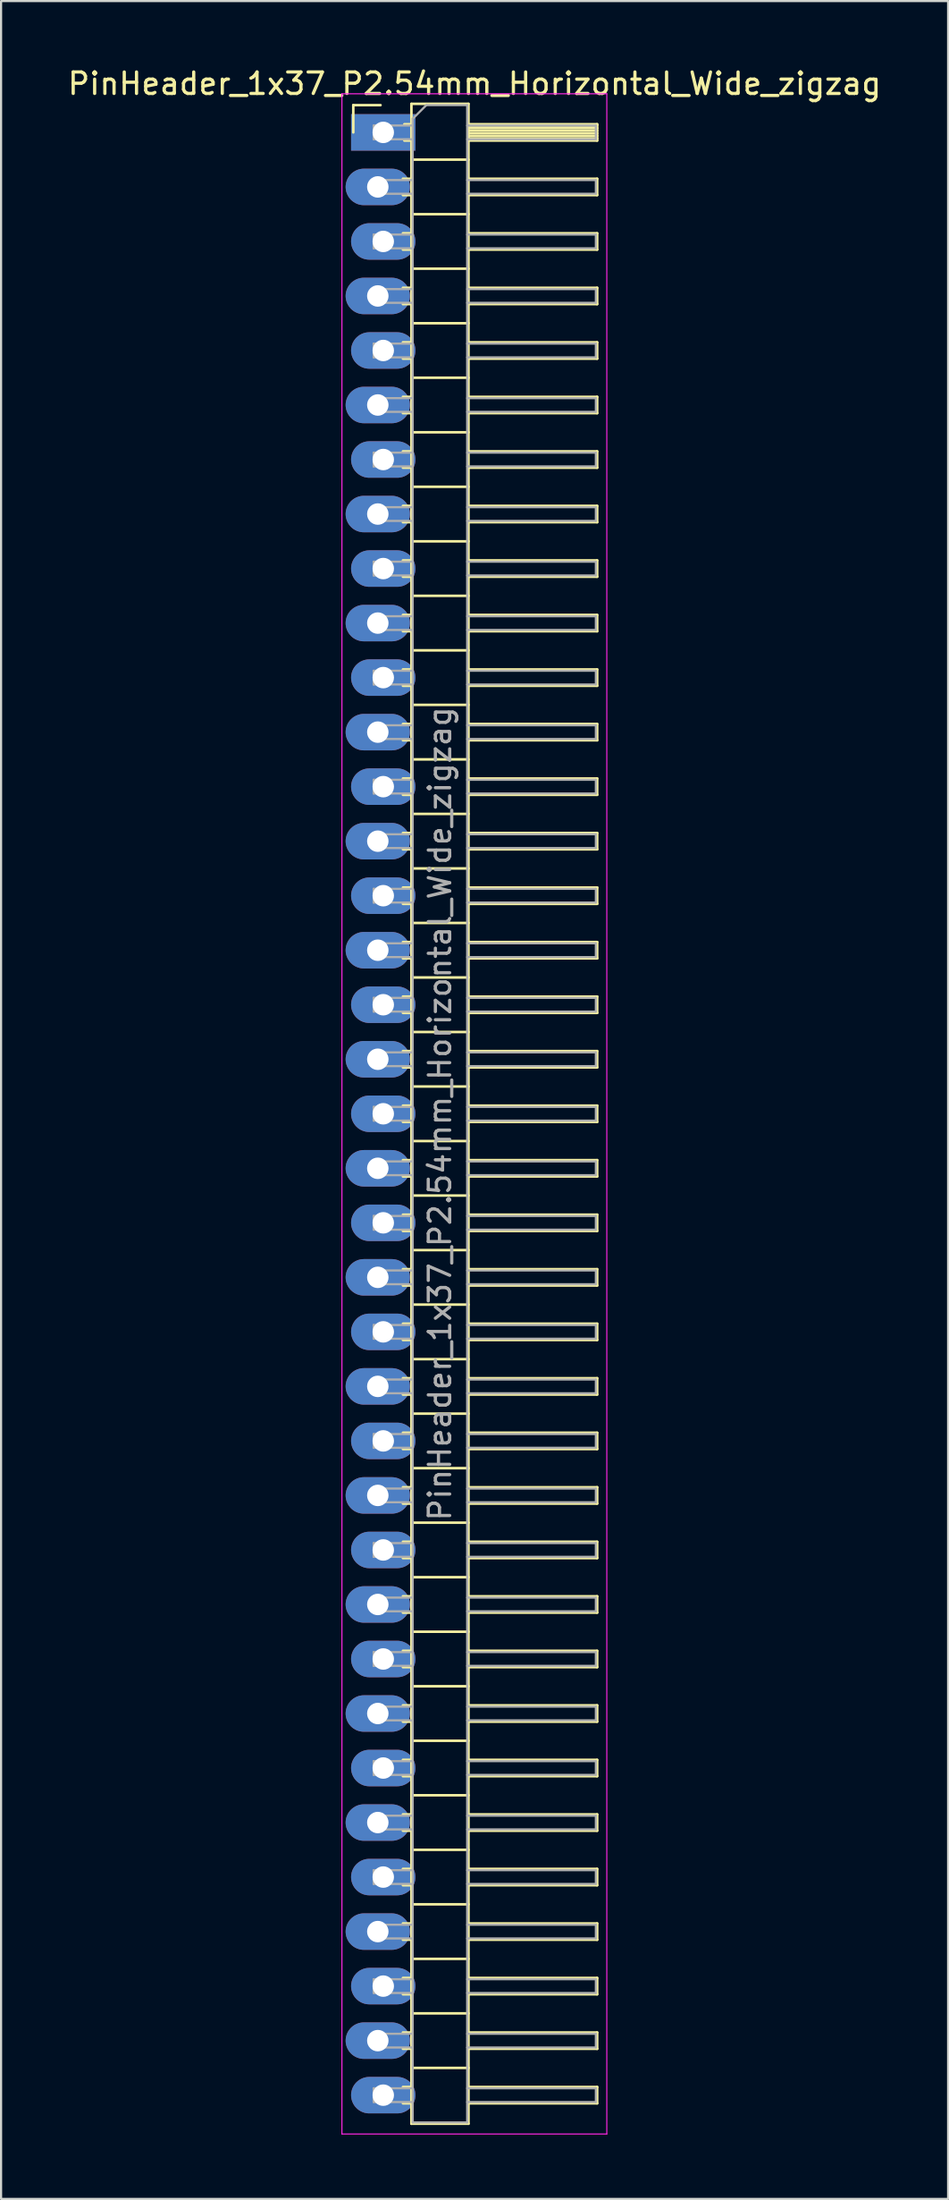
<source format=kicad_pcb>
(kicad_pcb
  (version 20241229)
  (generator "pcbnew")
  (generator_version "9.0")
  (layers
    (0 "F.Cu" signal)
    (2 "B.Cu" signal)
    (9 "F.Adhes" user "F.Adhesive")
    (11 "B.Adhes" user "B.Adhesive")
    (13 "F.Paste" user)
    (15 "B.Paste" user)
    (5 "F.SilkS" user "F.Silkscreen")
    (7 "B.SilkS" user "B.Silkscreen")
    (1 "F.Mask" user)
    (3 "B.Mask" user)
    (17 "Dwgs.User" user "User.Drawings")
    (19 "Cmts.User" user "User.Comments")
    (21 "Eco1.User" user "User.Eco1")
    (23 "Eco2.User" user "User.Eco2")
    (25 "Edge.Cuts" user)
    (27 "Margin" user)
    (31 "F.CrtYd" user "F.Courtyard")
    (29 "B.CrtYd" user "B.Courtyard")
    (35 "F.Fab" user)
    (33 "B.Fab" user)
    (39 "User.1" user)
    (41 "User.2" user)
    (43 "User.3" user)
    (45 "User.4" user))
  (footprint "PinHeader_1x37_P2.54mm_Horizontal_Wide_zigzag"
    (layer "F.Cu")
    (at 14.692 3.118)
    (property "Reference" "PinHeader_1x37_P2.54mm_Horizontal_Wide_zigzag" (at 4.385 -2.27 0) (layer "F.SilkS") (effects (font (size 1 1) (thickness 0.15))))
    (attr through_hole)
    (fp_line (start -1.27 -1.27) (end 0 -1.27) (stroke (width 0.12) (type solid)) (layer "F.SilkS"))
    (fp_line (start -1.27 0) (end -1.27 -1.27) (stroke (width 0.12) (type solid)) (layer "F.SilkS"))
    (fp_line (start 1.043 2.16) (end 1.44 2.16) (stroke (width 0.12) (type solid)) (layer "F.SilkS"))
    (fp_line (start 1.043 2.92) (end 1.44 2.92) (stroke (width 0.12) (type solid)) (layer "F.SilkS"))
    (fp_line (start 1.043 4.7) (end 1.44 4.7) (stroke (width 0.12) (type solid)) (layer "F.SilkS"))
    (fp_line (start 1.043 5.46) (end 1.44 5.46) (stroke (width 0.12) (type solid)) (layer "F.SilkS"))
    (fp_line (start 1.043 7.24) (end 1.44 7.24) (stroke (width 0.12) (type solid)) (layer "F.SilkS"))
    (fp_line (start 1.043 8) (end 1.44 8) (stroke (width 0.12) (type solid)) (layer "F.SilkS"))
    (fp_line (start 1.043 9.78) (end 1.44 9.78) (stroke (width 0.12) (type solid)) (layer "F.SilkS"))
    (fp_line (start 1.043 10.54) (end 1.44 10.54) (stroke (width 0.12) (type solid)) (layer "F.SilkS"))
    (fp_line (start 1.043 12.32) (end 1.44 12.32) (stroke (width 0.12) (type solid)) (layer "F.SilkS"))
    (fp_line (start 1.043 13.08) (end 1.44 13.08) (stroke (width 0.12) (type solid)) (layer "F.SilkS"))
    (fp_line (start 1.043 14.86) (end 1.44 14.86) (stroke (width 0.12) (type solid)) (layer "F.SilkS"))
    (fp_line (start 1.043 15.62) (end 1.44 15.62) (stroke (width 0.12) (type solid)) (layer "F.SilkS"))
    (fp_line (start 1.043 17.4) (end 1.44 17.4) (stroke (width 0.12) (type solid)) (layer "F.SilkS"))
    (fp_line (start 1.043 18.16) (end 1.44 18.16) (stroke (width 0.12) (type solid)) (layer "F.SilkS"))
    (fp_line (start 1.043 19.94) (end 1.44 19.94) (stroke (width 0.12) (type solid)) (layer "F.SilkS"))
    (fp_line (start 1.043 20.7) (end 1.44 20.7) (stroke (width 0.12) (type solid)) (layer "F.SilkS"))
    (fp_line (start 1.043 22.48) (end 1.44 22.48) (stroke (width 0.12) (type solid)) (layer "F.SilkS"))
    (fp_line (start 1.043 23.24) (end 1.44 23.24) (stroke (width 0.12) (type solid)) (layer "F.SilkS"))
    (fp_line (start 1.043 25.02) (end 1.44 25.02) (stroke (width 0.12) (type solid)) (layer "F.SilkS"))
    (fp_line (start 1.043 25.78) (end 1.44 25.78) (stroke (width 0.12) (type solid)) (layer "F.SilkS"))
    (fp_line (start 1.043 27.56) (end 1.44 27.56) (stroke (width 0.12) (type solid)) (layer "F.SilkS"))
    (fp_line (start 1.043 28.32) (end 1.44 28.32) (stroke (width 0.12) (type solid)) (layer "F.SilkS"))
    (fp_line (start 1.043 30.1) (end 1.44 30.1) (stroke (width 0.12) (type solid)) (layer "F.SilkS"))
    (fp_line (start 1.043 30.86) (end 1.44 30.86) (stroke (width 0.12) (type solid)) (layer "F.SilkS"))
    (fp_line (start 1.043 32.64) (end 1.44 32.64) (stroke (width 0.12) (type solid)) (layer "F.SilkS"))
    (fp_line (start 1.043 33.4) (end 1.44 33.4) (stroke (width 0.12) (type solid)) (layer "F.SilkS"))
    (fp_line (start 1.043 35.18) (end 1.44 35.18) (stroke (width 0.12) (type solid)) (layer "F.SilkS"))
    (fp_line (start 1.043 35.94) (end 1.44 35.94) (stroke (width 0.12) (type solid)) (layer "F.SilkS"))
    (fp_line (start 1.043 37.72) (end 1.44 37.72) (stroke (width 0.12) (type solid)) (layer "F.SilkS"))
    (fp_line (start 1.043 38.48) (end 1.44 38.48) (stroke (width 0.12) (type solid)) (layer "F.SilkS"))
    (fp_line (start 1.043 40.26) (end 1.44 40.26) (stroke (width 0.12) (type solid)) (layer "F.SilkS"))
    (fp_line (start 1.043 41.02) (end 1.44 41.02) (stroke (width 0.12) (type solid)) (layer "F.SilkS"))
    (fp_line (start 1.043 42.8) (end 1.44 42.8) (stroke (width 0.12) (type solid)) (layer "F.SilkS"))
    (fp_line (start 1.043 43.56) (end 1.44 43.56) (stroke (width 0.12) (type solid)) (layer "F.SilkS"))
    (fp_line (start 1.043 45.34) (end 1.44 45.34) (stroke (width 0.12) (type solid)) (layer "F.SilkS"))
    (fp_line (start 1.043 46.1) (end 1.44 46.1) (stroke (width 0.12) (type solid)) (layer "F.SilkS"))
    (fp_line (start 1.043 47.88) (end 1.44 47.88) (stroke (width 0.12) (type solid)) (layer "F.SilkS"))
    (fp_line (start 1.043 48.64) (end 1.44 48.64) (stroke (width 0.12) (type solid)) (layer "F.SilkS"))
    (fp_line (start 1.043 50.42) (end 1.44 50.42) (stroke (width 0.12) (type solid)) (layer "F.SilkS"))
    (fp_line (start 1.043 51.18) (end 1.44 51.18) (stroke (width 0.12) (type solid)) (layer "F.SilkS"))
    (fp_line (start 1.043 52.96) (end 1.44 52.96) (stroke (width 0.12) (type solid)) (layer "F.SilkS"))
    (fp_line (start 1.043 53.72) (end 1.44 53.72) (stroke (width 0.12) (type solid)) (layer "F.SilkS"))
    (fp_line (start 1.043 55.5) (end 1.44 55.5) (stroke (width 0.12) (type solid)) (layer "F.SilkS"))
    (fp_line (start 1.043 56.26) (end 1.44 56.26) (stroke (width 0.12) (type solid)) (layer "F.SilkS"))
    (fp_line (start 1.043 58.04) (end 1.44 58.04) (stroke (width 0.12) (type solid)) (layer "F.SilkS"))
    (fp_line (start 1.043 58.8) (end 1.44 58.8) (stroke (width 0.12) (type solid)) (layer "F.SilkS"))
    (fp_line (start 1.043 60.58) (end 1.44 60.58) (stroke (width 0.12) (type solid)) (layer "F.SilkS"))
    (fp_line (start 1.043 61.34) (end 1.44 61.34) (stroke (width 0.12) (type solid)) (layer "F.SilkS"))
    (fp_line (start 1.043 63.12) (end 1.44 63.12) (stroke (width 0.12) (type solid)) (layer "F.SilkS"))
    (fp_line (start 1.043 63.88) (end 1.44 63.88) (stroke (width 0.12) (type solid)) (layer "F.SilkS"))
    (fp_line (start 1.043 65.66) (end 1.44 65.66) (stroke (width 0.12) (type solid)) (layer "F.SilkS"))
    (fp_line (start 1.043 66.42) (end 1.44 66.42) (stroke (width 0.12) (type solid)) (layer "F.SilkS"))
    (fp_line (start 1.043 68.2) (end 1.44 68.2) (stroke (width 0.12) (type solid)) (layer "F.SilkS"))
    (fp_line (start 1.043 68.96) (end 1.44 68.96) (stroke (width 0.12) (type solid)) (layer "F.SilkS"))
    (fp_line (start 1.043 70.74) (end 1.44 70.74) (stroke (width 0.12) (type solid)) (layer "F.SilkS"))
    (fp_line (start 1.043 71.5) (end 1.44 71.5) (stroke (width 0.12) (type solid)) (layer "F.SilkS"))
    (fp_line (start 1.043 73.28) (end 1.44 73.28) (stroke (width 0.12) (type solid)) (layer "F.SilkS"))
    (fp_line (start 1.043 74.04) (end 1.44 74.04) (stroke (width 0.12) (type solid)) (layer "F.SilkS"))
    (fp_line (start 1.043 75.82) (end 1.44 75.82) (stroke (width 0.12) (type solid)) (layer "F.SilkS"))
    (fp_line (start 1.043 76.58) (end 1.44 76.58) (stroke (width 0.12) (type solid)) (layer "F.SilkS"))
    (fp_line (start 1.043 78.36) (end 1.44 78.36) (stroke (width 0.12) (type solid)) (layer "F.SilkS"))
    (fp_line (start 1.043 79.12) (end 1.44 79.12) (stroke (width 0.12) (type solid)) (layer "F.SilkS"))
    (fp_line (start 1.043 80.9) (end 1.44 80.9) (stroke (width 0.12) (type solid)) (layer "F.SilkS"))
    (fp_line (start 1.043 81.66) (end 1.44 81.66) (stroke (width 0.12) (type solid)) (layer "F.SilkS"))
    (fp_line (start 1.043 83.44) (end 1.44 83.44) (stroke (width 0.12) (type solid)) (layer "F.SilkS"))
    (fp_line (start 1.043 84.2) (end 1.44 84.2) (stroke (width 0.12) (type solid)) (layer "F.SilkS"))
    (fp_line (start 1.043 85.98) (end 1.44 85.98) (stroke (width 0.12) (type solid)) (layer "F.SilkS"))
    (fp_line (start 1.043 86.74) (end 1.44 86.74) (stroke (width 0.12) (type solid)) (layer "F.SilkS"))
    (fp_line (start 1.043 88.52) (end 1.44 88.52) (stroke (width 0.12) (type solid)) (layer "F.SilkS"))
    (fp_line (start 1.043 89.28) (end 1.44 89.28) (stroke (width 0.12) (type solid)) (layer "F.SilkS"))
    (fp_line (start 1.043 91.06) (end 1.44 91.06) (stroke (width 0.12) (type solid)) (layer "F.SilkS"))
    (fp_line (start 1.043 91.82) (end 1.44 91.82) (stroke (width 0.12) (type solid)) (layer "F.SilkS"))
    (fp_line (start 1.11 -0.38) (end 1.44 -0.38) (stroke (width 0.12) (type solid)) (layer "F.SilkS"))
    (fp_line (start 1.11 0.38) (end 1.44 0.38) (stroke (width 0.12) (type solid)) (layer "F.SilkS"))
    (fp_line (start 1.44 -1.33) (end 1.44 92.77) (stroke (width 0.12) (type solid)) (layer "F.SilkS"))
    (fp_line (start 1.44 1.27) (end 4.1 1.27) (stroke (width 0.12) (type solid)) (layer "F.SilkS"))
    (fp_line (start 1.44 3.81) (end 4.1 3.81) (stroke (width 0.12) (type solid)) (layer "F.SilkS"))
    (fp_line (start 1.44 6.35) (end 4.1 6.35) (stroke (width 0.12) (type solid)) (layer "F.SilkS"))
    (fp_line (start 1.44 8.89) (end 4.1 8.89) (stroke (width 0.12) (type solid)) (layer "F.SilkS"))
    (fp_line (start 1.44 11.43) (end 4.1 11.43) (stroke (width 0.12) (type solid)) (layer "F.SilkS"))
    (fp_line (start 1.44 13.97) (end 4.1 13.97) (stroke (width 0.12) (type solid)) (layer "F.SilkS"))
    (fp_line (start 1.44 16.51) (end 4.1 16.51) (stroke (width 0.12) (type solid)) (layer "F.SilkS"))
    (fp_line (start 1.44 19.05) (end 4.1 19.05) (stroke (width 0.12) (type solid)) (layer "F.SilkS"))
    (fp_line (start 1.44 21.59) (end 4.1 21.59) (stroke (width 0.12) (type solid)) (layer "F.SilkS"))
    (fp_line (start 1.44 24.13) (end 4.1 24.13) (stroke (width 0.12) (type solid)) (layer "F.SilkS"))
    (fp_line (start 1.44 26.67) (end 4.1 26.67) (stroke (width 0.12) (type solid)) (layer "F.SilkS"))
    (fp_line (start 1.44 29.21) (end 4.1 29.21) (stroke (width 0.12) (type solid)) (layer "F.SilkS"))
    (fp_line (start 1.44 31.75) (end 4.1 31.75) (stroke (width 0.12) (type solid)) (layer "F.SilkS"))
    (fp_line (start 1.44 34.29) (end 4.1 34.29) (stroke (width 0.12) (type solid)) (layer "F.SilkS"))
    (fp_line (start 1.44 36.83) (end 4.1 36.83) (stroke (width 0.12) (type solid)) (layer "F.SilkS"))
    (fp_line (start 1.44 39.37) (end 4.1 39.37) (stroke (width 0.12) (type solid)) (layer "F.SilkS"))
    (fp_line (start 1.44 41.91) (end 4.1 41.91) (stroke (width 0.12) (type solid)) (layer "F.SilkS"))
    (fp_line (start 1.44 44.45) (end 4.1 44.45) (stroke (width 0.12) (type solid)) (layer "F.SilkS"))
    (fp_line (start 1.44 46.99) (end 4.1 46.99) (stroke (width 0.12) (type solid)) (layer "F.SilkS"))
    (fp_line (start 1.44 49.53) (end 4.1 49.53) (stroke (width 0.12) (type solid)) (layer "F.SilkS"))
    (fp_line (start 1.44 52.07) (end 4.1 52.07) (stroke (width 0.12) (type solid)) (layer "F.SilkS"))
    (fp_line (start 1.44 54.61) (end 4.1 54.61) (stroke (width 0.12) (type solid)) (layer "F.SilkS"))
    (fp_line (start 1.44 57.15) (end 4.1 57.15) (stroke (width 0.12) (type solid)) (layer "F.SilkS"))
    (fp_line (start 1.44 59.69) (end 4.1 59.69) (stroke (width 0.12) (type solid)) (layer "F.SilkS"))
    (fp_line (start 1.44 62.23) (end 4.1 62.23) (stroke (width 0.12) (type solid)) (layer "F.SilkS"))
    (fp_line (start 1.44 64.77) (end 4.1 64.77) (stroke (width 0.12) (type solid)) (layer "F.SilkS"))
    (fp_line (start 1.44 67.31) (end 4.1 67.31) (stroke (width 0.12) (type solid)) (layer "F.SilkS"))
    (fp_line (start 1.44 69.85) (end 4.1 69.85) (stroke (width 0.12) (type solid)) (layer "F.SilkS"))
    (fp_line (start 1.44 72.39) (end 4.1 72.39) (stroke (width 0.12) (type solid)) (layer "F.SilkS"))
    (fp_line (start 1.44 74.93) (end 4.1 74.93) (stroke (width 0.12) (type solid)) (layer "F.SilkS"))
    (fp_line (start 1.44 77.47) (end 4.1 77.47) (stroke (width 0.12) (type solid)) (layer "F.SilkS"))
    (fp_line (start 1.44 80.01) (end 4.1 80.01) (stroke (width 0.12) (type solid)) (layer "F.SilkS"))
    (fp_line (start 1.44 82.55) (end 4.1 82.55) (stroke (width 0.12) (type solid)) (layer "F.SilkS"))
    (fp_line (start 1.44 85.09) (end 4.1 85.09) (stroke (width 0.12) (type solid)) (layer "F.SilkS"))
    (fp_line (start 1.44 87.63) (end 4.1 87.63) (stroke (width 0.12) (type solid)) (layer "F.SilkS"))
    (fp_line (start 1.44 90.17) (end 4.1 90.17) (stroke (width 0.12) (type solid)) (layer "F.SilkS"))
    (fp_line (start 1.44 92.77) (end 4.1 92.77) (stroke (width 0.12) (type solid)) (layer "F.SilkS"))
    (fp_line (start 4.1 -1.33) (end 1.44 -1.33) (stroke (width 0.12) (type solid)) (layer "F.SilkS"))
    (fp_line (start 4.1 -0.38) (end 10.1 -0.38) (stroke (width 0.12) (type solid)) (layer "F.SilkS"))
    (fp_line (start 4.1 -0.32) (end 10.1 -0.32) (stroke (width 0.12) (type solid)) (layer "F.SilkS"))
    (fp_line (start 4.1 -0.2) (end 10.1 -0.2) (stroke (width 0.12) (type solid)) (layer "F.SilkS"))
    (fp_line (start 4.1 -0.08) (end 10.1 -0.08) (stroke (width 0.12) (type solid)) (layer "F.SilkS"))
    (fp_line (start 4.1 0.04) (end 10.1 0.04) (stroke (width 0.12) (type solid)) (layer "F.SilkS"))
    (fp_line (start 4.1 0.16) (end 10.1 0.16) (stroke (width 0.12) (type solid)) (layer "F.SilkS"))
    (fp_line (start 4.1 0.28) (end 10.1 0.28) (stroke (width 0.12) (type solid)) (layer "F.SilkS"))
    (fp_line (start 4.1 2.16) (end 10.1 2.16) (stroke (width 0.12) (type solid)) (layer "F.SilkS"))
    (fp_line (start 4.1 4.7) (end 10.1 4.7) (stroke (width 0.12) (type solid)) (layer "F.SilkS"))
    (fp_line (start 4.1 7.24) (end 10.1 7.24) (stroke (width 0.12) (type solid)) (layer "F.SilkS"))
    (fp_line (start 4.1 9.78) (end 10.1 9.78) (stroke (width 0.12) (type solid)) (layer "F.SilkS"))
    (fp_line (start 4.1 12.32) (end 10.1 12.32) (stroke (width 0.12) (type solid)) (layer "F.SilkS"))
    (fp_line (start 4.1 14.86) (end 10.1 14.86) (stroke (width 0.12) (type solid)) (layer "F.SilkS"))
    (fp_line (start 4.1 17.4) (end 10.1 17.4) (stroke (width 0.12) (type solid)) (layer "F.SilkS"))
    (fp_line (start 4.1 19.94) (end 10.1 19.94) (stroke (width 0.12) (type solid)) (layer "F.SilkS"))
    (fp_line (start 4.1 22.48) (end 10.1 22.48) (stroke (width 0.12) (type solid)) (layer "F.SilkS"))
    (fp_line (start 4.1 25.02) (end 10.1 25.02) (stroke (width 0.12) (type solid)) (layer "F.SilkS"))
    (fp_line (start 4.1 27.56) (end 10.1 27.56) (stroke (width 0.12) (type solid)) (layer "F.SilkS"))
    (fp_line (start 4.1 30.1) (end 10.1 30.1) (stroke (width 0.12) (type solid)) (layer "F.SilkS"))
    (fp_line (start 4.1 32.64) (end 10.1 32.64) (stroke (width 0.12) (type solid)) (layer "F.SilkS"))
    (fp_line (start 4.1 35.18) (end 10.1 35.18) (stroke (width 0.12) (type solid)) (layer "F.SilkS"))
    (fp_line (start 4.1 37.72) (end 10.1 37.72) (stroke (width 0.12) (type solid)) (layer "F.SilkS"))
    (fp_line (start 4.1 40.26) (end 10.1 40.26) (stroke (width 0.12) (type solid)) (layer "F.SilkS"))
    (fp_line (start 4.1 42.8) (end 10.1 42.8) (stroke (width 0.12) (type solid)) (layer "F.SilkS"))
    (fp_line (start 4.1 45.34) (end 10.1 45.34) (stroke (width 0.12) (type solid)) (layer "F.SilkS"))
    (fp_line (start 4.1 47.88) (end 10.1 47.88) (stroke (width 0.12) (type solid)) (layer "F.SilkS"))
    (fp_line (start 4.1 50.42) (end 10.1 50.42) (stroke (width 0.12) (type solid)) (layer "F.SilkS"))
    (fp_line (start 4.1 52.96) (end 10.1 52.96) (stroke (width 0.12) (type solid)) (layer "F.SilkS"))
    (fp_line (start 4.1 55.5) (end 10.1 55.5) (stroke (width 0.12) (type solid)) (layer "F.SilkS"))
    (fp_line (start 4.1 58.04) (end 10.1 58.04) (stroke (width 0.12) (type solid)) (layer "F.SilkS"))
    (fp_line (start 4.1 60.58) (end 10.1 60.58) (stroke (width 0.12) (type solid)) (layer "F.SilkS"))
    (fp_line (start 4.1 63.12) (end 10.1 63.12) (stroke (width 0.12) (type solid)) (layer "F.SilkS"))
    (fp_line (start 4.1 65.66) (end 10.1 65.66) (stroke (width 0.12) (type solid)) (layer "F.SilkS"))
    (fp_line (start 4.1 68.2) (end 10.1 68.2) (stroke (width 0.12) (type solid)) (layer "F.SilkS"))
    (fp_line (start 4.1 70.74) (end 10.1 70.74) (stroke (width 0.12) (type solid)) (layer "F.SilkS"))
    (fp_line (start 4.1 73.28) (end 10.1 73.28) (stroke (width 0.12) (type solid)) (layer "F.SilkS"))
    (fp_line (start 4.1 75.82) (end 10.1 75.82) (stroke (width 0.12) (type solid)) (layer "F.SilkS"))
    (fp_line (start 4.1 78.36) (end 10.1 78.36) (stroke (width 0.12) (type solid)) (layer "F.SilkS"))
    (fp_line (start 4.1 80.9) (end 10.1 80.9) (stroke (width 0.12) (type solid)) (layer "F.SilkS"))
    (fp_line (start 4.1 83.44) (end 10.1 83.44) (stroke (width 0.12) (type solid)) (layer "F.SilkS"))
    (fp_line (start 4.1 85.98) (end 10.1 85.98) (stroke (width 0.12) (type solid)) (layer "F.SilkS"))
    (fp_line (start 4.1 88.52) (end 10.1 88.52) (stroke (width 0.12) (type solid)) (layer "F.SilkS"))
    (fp_line (start 4.1 91.06) (end 10.1 91.06) (stroke (width 0.12) (type solid)) (layer "F.SilkS"))
    (fp_line (start 4.1 92.77) (end 4.1 -1.33) (stroke (width 0.12) (type solid)) (layer "F.SilkS"))
    (fp_line (start 10.1 -0.38) (end 10.1 0.38) (stroke (width 0.12) (type solid)) (layer "F.SilkS"))
    (fp_line (start 10.1 0.38) (end 4.1 0.38) (stroke (width 0.12) (type solid)) (layer "F.SilkS"))
    (fp_line (start 10.1 2.16) (end 10.1 2.92) (stroke (width 0.12) (type solid)) (layer "F.SilkS"))
    (fp_line (start 10.1 2.92) (end 4.1 2.92) (stroke (width 0.12) (type solid)) (layer "F.SilkS"))
    (fp_line (start 10.1 4.7) (end 10.1 5.46) (stroke (width 0.12) (type solid)) (layer "F.SilkS"))
    (fp_line (start 10.1 5.46) (end 4.1 5.46) (stroke (width 0.12) (type solid)) (layer "F.SilkS"))
    (fp_line (start 10.1 7.24) (end 10.1 8) (stroke (width 0.12) (type solid)) (layer "F.SilkS"))
    (fp_line (start 10.1 8) (end 4.1 8) (stroke (width 0.12) (type solid)) (layer "F.SilkS"))
    (fp_line (start 10.1 9.78) (end 10.1 10.54) (stroke (width 0.12) (type solid)) (layer "F.SilkS"))
    (fp_line (start 10.1 10.54) (end 4.1 10.54) (stroke (width 0.12) (type solid)) (layer "F.SilkS"))
    (fp_line (start 10.1 12.32) (end 10.1 13.08) (stroke (width 0.12) (type solid)) (layer "F.SilkS"))
    (fp_line (start 10.1 13.08) (end 4.1 13.08) (stroke (width 0.12) (type solid)) (layer "F.SilkS"))
    (fp_line (start 10.1 14.86) (end 10.1 15.62) (stroke (width 0.12) (type solid)) (layer "F.SilkS"))
    (fp_line (start 10.1 15.62) (end 4.1 15.62) (stroke (width 0.12) (type solid)) (layer "F.SilkS"))
    (fp_line (start 10.1 17.4) (end 10.1 18.16) (stroke (width 0.12) (type solid)) (layer "F.SilkS"))
    (fp_line (start 10.1 18.16) (end 4.1 18.16) (stroke (width 0.12) (type solid)) (layer "F.SilkS"))
    (fp_line (start 10.1 19.94) (end 10.1 20.7) (stroke (width 0.12) (type solid)) (layer "F.SilkS"))
    (fp_line (start 10.1 20.7) (end 4.1 20.7) (stroke (width 0.12) (type solid)) (layer "F.SilkS"))
    (fp_line (start 10.1 22.48) (end 10.1 23.24) (stroke (width 0.12) (type solid)) (layer "F.SilkS"))
    (fp_line (start 10.1 23.24) (end 4.1 23.24) (stroke (width 0.12) (type solid)) (layer "F.SilkS"))
    (fp_line (start 10.1 25.02) (end 10.1 25.78) (stroke (width 0.12) (type solid)) (layer "F.SilkS"))
    (fp_line (start 10.1 25.78) (end 4.1 25.78) (stroke (width 0.12) (type solid)) (layer "F.SilkS"))
    (fp_line (start 10.1 27.56) (end 10.1 28.32) (stroke (width 0.12) (type solid)) (layer "F.SilkS"))
    (fp_line (start 10.1 28.32) (end 4.1 28.32) (stroke (width 0.12) (type solid)) (layer "F.SilkS"))
    (fp_line (start 10.1 30.1) (end 10.1 30.86) (stroke (width 0.12) (type solid)) (layer "F.SilkS"))
    (fp_line (start 10.1 30.86) (end 4.1 30.86) (stroke (width 0.12) (type solid)) (layer "F.SilkS"))
    (fp_line (start 10.1 32.64) (end 10.1 33.4) (stroke (width 0.12) (type solid)) (layer "F.SilkS"))
    (fp_line (start 10.1 33.4) (end 4.1 33.4) (stroke (width 0.12) (type solid)) (layer "F.SilkS"))
    (fp_line (start 10.1 35.18) (end 10.1 35.94) (stroke (width 0.12) (type solid)) (layer "F.SilkS"))
    (fp_line (start 10.1 35.94) (end 4.1 35.94) (stroke (width 0.12) (type solid)) (layer "F.SilkS"))
    (fp_line (start 10.1 37.72) (end 10.1 38.48) (stroke (width 0.12) (type solid)) (layer "F.SilkS"))
    (fp_line (start 10.1 38.48) (end 4.1 38.48) (stroke (width 0.12) (type solid)) (layer "F.SilkS"))
    (fp_line (start 10.1 40.26) (end 10.1 41.02) (stroke (width 0.12) (type solid)) (layer "F.SilkS"))
    (fp_line (start 10.1 41.02) (end 4.1 41.02) (stroke (width 0.12) (type solid)) (layer "F.SilkS"))
    (fp_line (start 10.1 42.8) (end 10.1 43.56) (stroke (width 0.12) (type solid)) (layer "F.SilkS"))
    (fp_line (start 10.1 43.56) (end 4.1 43.56) (stroke (width 0.12) (type solid)) (layer "F.SilkS"))
    (fp_line (start 10.1 45.34) (end 10.1 46.1) (stroke (width 0.12) (type solid)) (layer "F.SilkS"))
    (fp_line (start 10.1 46.1) (end 4.1 46.1) (stroke (width 0.12) (type solid)) (layer "F.SilkS"))
    (fp_line (start 10.1 47.88) (end 10.1 48.64) (stroke (width 0.12) (type solid)) (layer "F.SilkS"))
    (fp_line (start 10.1 48.64) (end 4.1 48.64) (stroke (width 0.12) (type solid)) (layer "F.SilkS"))
    (fp_line (start 10.1 50.42) (end 10.1 51.18) (stroke (width 0.12) (type solid)) (layer "F.SilkS"))
    (fp_line (start 10.1 51.18) (end 4.1 51.18) (stroke (width 0.12) (type solid)) (layer "F.SilkS"))
    (fp_line (start 10.1 52.96) (end 10.1 53.72) (stroke (width 0.12) (type solid)) (layer "F.SilkS"))
    (fp_line (start 10.1 53.72) (end 4.1 53.72) (stroke (width 0.12) (type solid)) (layer "F.SilkS"))
    (fp_line (start 10.1 55.5) (end 10.1 56.26) (stroke (width 0.12) (type solid)) (layer "F.SilkS"))
    (fp_line (start 10.1 56.26) (end 4.1 56.26) (stroke (width 0.12) (type solid)) (layer "F.SilkS"))
    (fp_line (start 10.1 58.04) (end 10.1 58.8) (stroke (width 0.12) (type solid)) (layer "F.SilkS"))
    (fp_line (start 10.1 58.8) (end 4.1 58.8) (stroke (width 0.12) (type solid)) (layer "F.SilkS"))
    (fp_line (start 10.1 60.58) (end 10.1 61.34) (stroke (width 0.12) (type solid)) (layer "F.SilkS"))
    (fp_line (start 10.1 61.34) (end 4.1 61.34) (stroke (width 0.12) (type solid)) (layer "F.SilkS"))
    (fp_line (start 10.1 63.12) (end 10.1 63.88) (stroke (width 0.12) (type solid)) (layer "F.SilkS"))
    (fp_line (start 10.1 63.88) (end 4.1 63.88) (stroke (width 0.12) (type solid)) (layer "F.SilkS"))
    (fp_line (start 10.1 65.66) (end 10.1 66.42) (stroke (width 0.12) (type solid)) (layer "F.SilkS"))
    (fp_line (start 10.1 66.42) (end 4.1 66.42) (stroke (width 0.12) (type solid)) (layer "F.SilkS"))
    (fp_line (start 10.1 68.2) (end 10.1 68.96) (stroke (width 0.12) (type solid)) (layer "F.SilkS"))
    (fp_line (start 10.1 68.96) (end 4.1 68.96) (stroke (width 0.12) (type solid)) (layer "F.SilkS"))
    (fp_line (start 10.1 70.74) (end 10.1 71.5) (stroke (width 0.12) (type solid)) (layer "F.SilkS"))
    (fp_line (start 10.1 71.5) (end 4.1 71.5) (stroke (width 0.12) (type solid)) (layer "F.SilkS"))
    (fp_line (start 10.1 73.28) (end 10.1 74.04) (stroke (width 0.12) (type solid)) (layer "F.SilkS"))
    (fp_line (start 10.1 74.04) (end 4.1 74.04) (stroke (width 0.12) (type solid)) (layer "F.SilkS"))
    (fp_line (start 10.1 75.82) (end 10.1 76.58) (stroke (width 0.12) (type solid)) (layer "F.SilkS"))
    (fp_line (start 10.1 76.58) (end 4.1 76.58) (stroke (width 0.12) (type solid)) (layer "F.SilkS"))
    (fp_line (start 10.1 78.36) (end 10.1 79.12) (stroke (width 0.12) (type solid)) (layer "F.SilkS"))
    (fp_line (start 10.1 79.12) (end 4.1 79.12) (stroke (width 0.12) (type solid)) (layer "F.SilkS"))
    (fp_line (start 10.1 80.9) (end 10.1 81.66) (stroke (width 0.12) (type solid)) (layer "F.SilkS"))
    (fp_line (start 10.1 81.66) (end 4.1 81.66) (stroke (width 0.12) (type solid)) (layer "F.SilkS"))
    (fp_line (start 10.1 83.44) (end 10.1 84.2) (stroke (width 0.12) (type solid)) (layer "F.SilkS"))
    (fp_line (start 10.1 84.2) (end 4.1 84.2) (stroke (width 0.12) (type solid)) (layer "F.SilkS"))
    (fp_line (start 10.1 85.98) (end 10.1 86.74) (stroke (width 0.12) (type solid)) (layer "F.SilkS"))
    (fp_line (start 10.1 86.74) (end 4.1 86.74) (stroke (width 0.12) (type solid)) (layer "F.SilkS"))
    (fp_line (start 10.1 88.52) (end 10.1 89.28) (stroke (width 0.12) (type solid)) (layer "F.SilkS"))
    (fp_line (start 10.1 89.28) (end 4.1 89.28) (stroke (width 0.12) (type solid)) (layer "F.SilkS"))
    (fp_line (start 10.1 91.06) (end 10.1 91.82) (stroke (width 0.12) (type solid)) (layer "F.SilkS"))
    (fp_line (start 10.1 91.82) (end 4.1 91.82) (stroke (width 0.12) (type solid)) (layer "F.SilkS"))
    (fp_line (start -1.8 -1.8) (end -1.8 93.25) (stroke (width 0.05) (type solid)) (layer "F.CrtYd"))
    (fp_line (start -1.8 93.25) (end 10.55 93.25) (stroke (width 0.05) (type solid)) (layer "F.CrtYd"))
    (fp_line (start 10.55 -1.8) (end -1.8 -1.8) (stroke (width 0.05) (type solid)) (layer "F.CrtYd"))
    (fp_line (start 10.55 93.25) (end 10.55 -1.8) (stroke (width 0.05) (type solid)) (layer "F.CrtYd"))
    (fp_line (start -0.32 -0.32) (end -0.32 0.32) (stroke (width 0.1) (type solid)) (layer "F.Fab"))
    (fp_line (start -0.32 -0.32) (end 1.5 -0.32) (stroke (width 0.1) (type solid)) (layer "F.Fab"))
    (fp_line (start -0.32 0.32) (end 1.5 0.32) (stroke (width 0.1) (type solid)) (layer "F.Fab"))
    (fp_line (start -0.32 2.22) (end -0.32 2.86) (stroke (width 0.1) (type solid)) (layer "F.Fab"))
    (fp_line (start -0.32 2.22) (end 1.5 2.22) (stroke (width 0.1) (type solid)) (layer "F.Fab"))
    (fp_line (start -0.32 2.86) (end 1.5 2.86) (stroke (width 0.1) (type solid)) (layer "F.Fab"))
    (fp_line (start -0.32 4.76) (end -0.32 5.4) (stroke (width 0.1) (type solid)) (layer "F.Fab"))
    (fp_line (start -0.32 4.76) (end 1.5 4.76) (stroke (width 0.1) (type solid)) (layer "F.Fab"))
    (fp_line (start -0.32 5.4) (end 1.5 5.4) (stroke (width 0.1) (type solid)) (layer "F.Fab"))
    (fp_line (start -0.32 7.3) (end -0.32 7.94) (stroke (width 0.1) (type solid)) (layer "F.Fab"))
    (fp_line (start -0.32 7.3) (end 1.5 7.3) (stroke (width 0.1) (type solid)) (layer "F.Fab"))
    (fp_line (start -0.32 7.94) (end 1.5 7.94) (stroke (width 0.1) (type solid)) (layer "F.Fab"))
    (fp_line (start -0.32 9.84) (end -0.32 10.48) (stroke (width 0.1) (type solid)) (layer "F.Fab"))
    (fp_line (start -0.32 9.84) (end 1.5 9.84) (stroke (width 0.1) (type solid)) (layer "F.Fab"))
    (fp_line (start -0.32 10.48) (end 1.5 10.48) (stroke (width 0.1) (type solid)) (layer "F.Fab"))
    (fp_line (start -0.32 12.38) (end -0.32 13.02) (stroke (width 0.1) (type solid)) (layer "F.Fab"))
    (fp_line (start -0.32 12.38) (end 1.5 12.38) (stroke (width 0.1) (type solid)) (layer "F.Fab"))
    (fp_line (start -0.32 13.02) (end 1.5 13.02) (stroke (width 0.1) (type solid)) (layer "F.Fab"))
    (fp_line (start -0.32 14.92) (end -0.32 15.56) (stroke (width 0.1) (type solid)) (layer "F.Fab"))
    (fp_line (start -0.32 14.92) (end 1.5 14.92) (stroke (width 0.1) (type solid)) (layer "F.Fab"))
    (fp_line (start -0.32 15.56) (end 1.5 15.56) (stroke (width 0.1) (type solid)) (layer "F.Fab"))
    (fp_line (start -0.32 17.46) (end -0.32 18.1) (stroke (width 0.1) (type solid)) (layer "F.Fab"))
    (fp_line (start -0.32 17.46) (end 1.5 17.46) (stroke (width 0.1) (type solid)) (layer "F.Fab"))
    (fp_line (start -0.32 18.1) (end 1.5 18.1) (stroke (width 0.1) (type solid)) (layer "F.Fab"))
    (fp_line (start -0.32 20) (end -0.32 20.64) (stroke (width 0.1) (type solid)) (layer "F.Fab"))
    (fp_line (start -0.32 20) (end 1.5 20) (stroke (width 0.1) (type solid)) (layer "F.Fab"))
    (fp_line (start -0.32 20.64) (end 1.5 20.64) (stroke (width 0.1) (type solid)) (layer "F.Fab"))
    (fp_line (start -0.32 22.54) (end -0.32 23.18) (stroke (width 0.1) (type solid)) (layer "F.Fab"))
    (fp_line (start -0.32 22.54) (end 1.5 22.54) (stroke (width 0.1) (type solid)) (layer "F.Fab"))
    (fp_line (start -0.32 23.18) (end 1.5 23.18) (stroke (width 0.1) (type solid)) (layer "F.Fab"))
    (fp_line (start -0.32 25.08) (end -0.32 25.72) (stroke (width 0.1) (type solid)) (layer "F.Fab"))
    (fp_line (start -0.32 25.08) (end 1.5 25.08) (stroke (width 0.1) (type solid)) (layer "F.Fab"))
    (fp_line (start -0.32 25.72) (end 1.5 25.72) (stroke (width 0.1) (type solid)) (layer "F.Fab"))
    (fp_line (start -0.32 27.62) (end -0.32 28.26) (stroke (width 0.1) (type solid)) (layer "F.Fab"))
    (fp_line (start -0.32 27.62) (end 1.5 27.62) (stroke (width 0.1) (type solid)) (layer "F.Fab"))
    (fp_line (start -0.32 28.26) (end 1.5 28.26) (stroke (width 0.1) (type solid)) (layer "F.Fab"))
    (fp_line (start -0.32 30.16) (end -0.32 30.8) (stroke (width 0.1) (type solid)) (layer "F.Fab"))
    (fp_line (start -0.32 30.16) (end 1.5 30.16) (stroke (width 0.1) (type solid)) (layer "F.Fab"))
    (fp_line (start -0.32 30.8) (end 1.5 30.8) (stroke (width 0.1) (type solid)) (layer "F.Fab"))
    (fp_line (start -0.32 32.7) (end -0.32 33.34) (stroke (width 0.1) (type solid)) (layer "F.Fab"))
    (fp_line (start -0.32 32.7) (end 1.5 32.7) (stroke (width 0.1) (type solid)) (layer "F.Fab"))
    (fp_line (start -0.32 33.34) (end 1.5 33.34) (stroke (width 0.1) (type solid)) (layer "F.Fab"))
    (fp_line (start -0.32 35.24) (end -0.32 35.88) (stroke (width 0.1) (type solid)) (layer "F.Fab"))
    (fp_line (start -0.32 35.24) (end 1.5 35.24) (stroke (width 0.1) (type solid)) (layer "F.Fab"))
    (fp_line (start -0.32 35.88) (end 1.5 35.88) (stroke (width 0.1) (type solid)) (layer "F.Fab"))
    (fp_line (start -0.32 37.78) (end -0.32 38.42) (stroke (width 0.1) (type solid)) (layer "F.Fab"))
    (fp_line (start -0.32 37.78) (end 1.5 37.78) (stroke (width 0.1) (type solid)) (layer "F.Fab"))
    (fp_line (start -0.32 38.42) (end 1.5 38.42) (stroke (width 0.1) (type solid)) (layer "F.Fab"))
    (fp_line (start -0.32 40.32) (end -0.32 40.96) (stroke (width 0.1) (type solid)) (layer "F.Fab"))
    (fp_line (start -0.32 40.32) (end 1.5 40.32) (stroke (width 0.1) (type solid)) (layer "F.Fab"))
    (fp_line (start -0.32 40.96) (end 1.5 40.96) (stroke (width 0.1) (type solid)) (layer "F.Fab"))
    (fp_line (start -0.32 42.86) (end -0.32 43.5) (stroke (width 0.1) (type solid)) (layer "F.Fab"))
    (fp_line (start -0.32 42.86) (end 1.5 42.86) (stroke (width 0.1) (type solid)) (layer "F.Fab"))
    (fp_line (start -0.32 43.5) (end 1.5 43.5) (stroke (width 0.1) (type solid)) (layer "F.Fab"))
    (fp_line (start -0.32 45.4) (end -0.32 46.04) (stroke (width 0.1) (type solid)) (layer "F.Fab"))
    (fp_line (start -0.32 45.4) (end 1.5 45.4) (stroke (width 0.1) (type solid)) (layer "F.Fab"))
    (fp_line (start -0.32 46.04) (end 1.5 46.04) (stroke (width 0.1) (type solid)) (layer "F.Fab"))
    (fp_line (start -0.32 47.94) (end -0.32 48.58) (stroke (width 0.1) (type solid)) (layer "F.Fab"))
    (fp_line (start -0.32 47.94) (end 1.5 47.94) (stroke (width 0.1) (type solid)) (layer "F.Fab"))
    (fp_line (start -0.32 48.58) (end 1.5 48.58) (stroke (width 0.1) (type solid)) (layer "F.Fab"))
    (fp_line (start -0.32 50.48) (end -0.32 51.12) (stroke (width 0.1) (type solid)) (layer "F.Fab"))
    (fp_line (start -0.32 50.48) (end 1.5 50.48) (stroke (width 0.1) (type solid)) (layer "F.Fab"))
    (fp_line (start -0.32 51.12) (end 1.5 51.12) (stroke (width 0.1) (type solid)) (layer "F.Fab"))
    (fp_line (start -0.32 53.02) (end -0.32 53.66) (stroke (width 0.1) (type solid)) (layer "F.Fab"))
    (fp_line (start -0.32 53.02) (end 1.5 53.02) (stroke (width 0.1) (type solid)) (layer "F.Fab"))
    (fp_line (start -0.32 53.66) (end 1.5 53.66) (stroke (width 0.1) (type solid)) (layer "F.Fab"))
    (fp_line (start -0.32 55.56) (end -0.32 56.2) (stroke (width 0.1) (type solid)) (layer "F.Fab"))
    (fp_line (start -0.32 55.56) (end 1.5 55.56) (stroke (width 0.1) (type solid)) (layer "F.Fab"))
    (fp_line (start -0.32 56.2) (end 1.5 56.2) (stroke (width 0.1) (type solid)) (layer "F.Fab"))
    (fp_line (start -0.32 58.1) (end -0.32 58.74) (stroke (width 0.1) (type solid)) (layer "F.Fab"))
    (fp_line (start -0.32 58.1) (end 1.5 58.1) (stroke (width 0.1) (type solid)) (layer "F.Fab"))
    (fp_line (start -0.32 58.74) (end 1.5 58.74) (stroke (width 0.1) (type solid)) (layer "F.Fab"))
    (fp_line (start -0.32 60.64) (end -0.32 61.28) (stroke (width 0.1) (type solid)) (layer "F.Fab"))
    (fp_line (start -0.32 60.64) (end 1.5 60.64) (stroke (width 0.1) (type solid)) (layer "F.Fab"))
    (fp_line (start -0.32 61.28) (end 1.5 61.28) (stroke (width 0.1) (type solid)) (layer "F.Fab"))
    (fp_line (start -0.32 63.18) (end -0.32 63.82) (stroke (width 0.1) (type solid)) (layer "F.Fab"))
    (fp_line (start -0.32 63.18) (end 1.5 63.18) (stroke (width 0.1) (type solid)) (layer "F.Fab"))
    (fp_line (start -0.32 63.82) (end 1.5 63.82) (stroke (width 0.1) (type solid)) (layer "F.Fab"))
    (fp_line (start -0.32 65.72) (end -0.32 66.36) (stroke (width 0.1) (type solid)) (layer "F.Fab"))
    (fp_line (start -0.32 65.72) (end 1.5 65.72) (stroke (width 0.1) (type solid)) (layer "F.Fab"))
    (fp_line (start -0.32 66.36) (end 1.5 66.36) (stroke (width 0.1) (type solid)) (layer "F.Fab"))
    (fp_line (start -0.32 68.26) (end -0.32 68.9) (stroke (width 0.1) (type solid)) (layer "F.Fab"))
    (fp_line (start -0.32 68.26) (end 1.5 68.26) (stroke (width 0.1) (type solid)) (layer "F.Fab"))
    (fp_line (start -0.32 68.9) (end 1.5 68.9) (stroke (width 0.1) (type solid)) (layer "F.Fab"))
    (fp_line (start -0.32 70.8) (end -0.32 71.44) (stroke (width 0.1) (type solid)) (layer "F.Fab"))
    (fp_line (start -0.32 70.8) (end 1.5 70.8) (stroke (width 0.1) (type solid)) (layer "F.Fab"))
    (fp_line (start -0.32 71.44) (end 1.5 71.44) (stroke (width 0.1) (type solid)) (layer "F.Fab"))
    (fp_line (start -0.32 73.34) (end -0.32 73.98) (stroke (width 0.1) (type solid)) (layer "F.Fab"))
    (fp_line (start -0.32 73.34) (end 1.5 73.34) (stroke (width 0.1) (type solid)) (layer "F.Fab"))
    (fp_line (start -0.32 73.98) (end 1.5 73.98) (stroke (width 0.1) (type solid)) (layer "F.Fab"))
    (fp_line (start -0.32 75.88) (end -0.32 76.52) (stroke (width 0.1) (type solid)) (layer "F.Fab"))
    (fp_line (start -0.32 75.88) (end 1.5 75.88) (stroke (width 0.1) (type solid)) (layer "F.Fab"))
    (fp_line (start -0.32 76.52) (end 1.5 76.52) (stroke (width 0.1) (type solid)) (layer "F.Fab"))
    (fp_line (start -0.32 78.42) (end -0.32 79.06) (stroke (width 0.1) (type solid)) (layer "F.Fab"))
    (fp_line (start -0.32 78.42) (end 1.5 78.42) (stroke (width 0.1) (type solid)) (layer "F.Fab"))
    (fp_line (start -0.32 79.06) (end 1.5 79.06) (stroke (width 0.1) (type solid)) (layer "F.Fab"))
    (fp_line (start -0.32 80.96) (end -0.32 81.6) (stroke (width 0.1) (type solid)) (layer "F.Fab"))
    (fp_line (start -0.32 80.96) (end 1.5 80.96) (stroke (width 0.1) (type solid)) (layer "F.Fab"))
    (fp_line (start -0.32 81.6) (end 1.5 81.6) (stroke (width 0.1) (type solid)) (layer "F.Fab"))
    (fp_line (start -0.32 83.5) (end -0.32 84.14) (stroke (width 0.1) (type solid)) (layer "F.Fab"))
    (fp_line (start -0.32 83.5) (end 1.5 83.5) (stroke (width 0.1) (type solid)) (layer "F.Fab"))
    (fp_line (start -0.32 84.14) (end 1.5 84.14) (stroke (width 0.1) (type solid)) (layer "F.Fab"))
    (fp_line (start -0.32 86.04) (end -0.32 86.68) (stroke (width 0.1) (type solid)) (layer "F.Fab"))
    (fp_line (start -0.32 86.04) (end 1.5 86.04) (stroke (width 0.1) (type solid)) (layer "F.Fab"))
    (fp_line (start -0.32 86.68) (end 1.5 86.68) (stroke (width 0.1) (type solid)) (layer "F.Fab"))
    (fp_line (start -0.32 88.58) (end -0.32 89.22) (stroke (width 0.1) (type solid)) (layer "F.Fab"))
    (fp_line (start -0.32 88.58) (end 1.5 88.58) (stroke (width 0.1) (type solid)) (layer "F.Fab"))
    (fp_line (start -0.32 89.22) (end 1.5 89.22) (stroke (width 0.1) (type solid)) (layer "F.Fab"))
    (fp_line (start -0.32 91.12) (end -0.32 91.76) (stroke (width 0.1) (type solid)) (layer "F.Fab"))
    (fp_line (start -0.32 91.12) (end 1.5 91.12) (stroke (width 0.1) (type solid)) (layer "F.Fab"))
    (fp_line (start -0.32 91.76) (end 1.5 91.76) (stroke (width 0.1) (type solid)) (layer "F.Fab"))
    (fp_line (start 1.5 -0.635) (end 2.135 -1.27) (stroke (width 0.1) (type solid)) (layer "F.Fab"))
    (fp_line (start 1.5 92.71) (end 1.5 -0.635) (stroke (width 0.1) (type solid)) (layer "F.Fab"))
    (fp_line (start 2.135 -1.27) (end 4.04 -1.27) (stroke (width 0.1) (type solid)) (layer "F.Fab"))
    (fp_line (start 4.04 -1.27) (end 4.04 92.71) (stroke (width 0.1) (type solid)) (layer "F.Fab"))
    (fp_line (start 4.04 -0.32) (end 10.04 -0.32) (stroke (width 0.1) (type solid)) (layer "F.Fab"))
    (fp_line (start 4.04 0.32) (end 10.04 0.32) (stroke (width 0.1) (type solid)) (layer "F.Fab"))
    (fp_line (start 4.04 2.22) (end 10.04 2.22) (stroke (width 0.1) (type solid)) (layer "F.Fab"))
    (fp_line (start 4.04 2.86) (end 10.04 2.86) (stroke (width 0.1) (type solid)) (layer "F.Fab"))
    (fp_line (start 4.04 4.76) (end 10.04 4.76) (stroke (width 0.1) (type solid)) (layer "F.Fab"))
    (fp_line (start 4.04 5.4) (end 10.04 5.4) (stroke (width 0.1) (type solid)) (layer "F.Fab"))
    (fp_line (start 4.04 7.3) (end 10.04 7.3) (stroke (width 0.1) (type solid)) (layer "F.Fab"))
    (fp_line (start 4.04 7.94) (end 10.04 7.94) (stroke (width 0.1) (type solid)) (layer "F.Fab"))
    (fp_line (start 4.04 9.84) (end 10.04 9.84) (stroke (width 0.1) (type solid)) (layer "F.Fab"))
    (fp_line (start 4.04 10.48) (end 10.04 10.48) (stroke (width 0.1) (type solid)) (layer "F.Fab"))
    (fp_line (start 4.04 12.38) (end 10.04 12.38) (stroke (width 0.1) (type solid)) (layer "F.Fab"))
    (fp_line (start 4.04 13.02) (end 10.04 13.02) (stroke (width 0.1) (type solid)) (layer "F.Fab"))
    (fp_line (start 4.04 14.92) (end 10.04 14.92) (stroke (width 0.1) (type solid)) (layer "F.Fab"))
    (fp_line (start 4.04 15.56) (end 10.04 15.56) (stroke (width 0.1) (type solid)) (layer "F.Fab"))
    (fp_line (start 4.04 17.46) (end 10.04 17.46) (stroke (width 0.1) (type solid)) (layer "F.Fab"))
    (fp_line (start 4.04 18.1) (end 10.04 18.1) (stroke (width 0.1) (type solid)) (layer "F.Fab"))
    (fp_line (start 4.04 20) (end 10.04 20) (stroke (width 0.1) (type solid)) (layer "F.Fab"))
    (fp_line (start 4.04 20.64) (end 10.04 20.64) (stroke (width 0.1) (type solid)) (layer "F.Fab"))
    (fp_line (start 4.04 22.54) (end 10.04 22.54) (stroke (width 0.1) (type solid)) (layer "F.Fab"))
    (fp_line (start 4.04 23.18) (end 10.04 23.18) (stroke (width 0.1) (type solid)) (layer "F.Fab"))
    (fp_line (start 4.04 25.08) (end 10.04 25.08) (stroke (width 0.1) (type solid)) (layer "F.Fab"))
    (fp_line (start 4.04 25.72) (end 10.04 25.72) (stroke (width 0.1) (type solid)) (layer "F.Fab"))
    (fp_line (start 4.04 27.62) (end 10.04 27.62) (stroke (width 0.1) (type solid)) (layer "F.Fab"))
    (fp_line (start 4.04 28.26) (end 10.04 28.26) (stroke (width 0.1) (type solid)) (layer "F.Fab"))
    (fp_line (start 4.04 30.16) (end 10.04 30.16) (stroke (width 0.1) (type solid)) (layer "F.Fab"))
    (fp_line (start 4.04 30.8) (end 10.04 30.8) (stroke (width 0.1) (type solid)) (layer "F.Fab"))
    (fp_line (start 4.04 32.7) (end 10.04 32.7) (stroke (width 0.1) (type solid)) (layer "F.Fab"))
    (fp_line (start 4.04 33.34) (end 10.04 33.34) (stroke (width 0.1) (type solid)) (layer "F.Fab"))
    (fp_line (start 4.04 35.24) (end 10.04 35.24) (stroke (width 0.1) (type solid)) (layer "F.Fab"))
    (fp_line (start 4.04 35.88) (end 10.04 35.88) (stroke (width 0.1) (type solid)) (layer "F.Fab"))
    (fp_line (start 4.04 37.78) (end 10.04 37.78) (stroke (width 0.1) (type solid)) (layer "F.Fab"))
    (fp_line (start 4.04 38.42) (end 10.04 38.42) (stroke (width 0.1) (type solid)) (layer "F.Fab"))
    (fp_line (start 4.04 40.32) (end 10.04 40.32) (stroke (width 0.1) (type solid)) (layer "F.Fab"))
    (fp_line (start 4.04 40.96) (end 10.04 40.96) (stroke (width 0.1) (type solid)) (layer "F.Fab"))
    (fp_line (start 4.04 42.86) (end 10.04 42.86) (stroke (width 0.1) (type solid)) (layer "F.Fab"))
    (fp_line (start 4.04 43.5) (end 10.04 43.5) (stroke (width 0.1) (type solid)) (layer "F.Fab"))
    (fp_line (start 4.04 45.4) (end 10.04 45.4) (stroke (width 0.1) (type solid)) (layer "F.Fab"))
    (fp_line (start 4.04 46.04) (end 10.04 46.04) (stroke (width 0.1) (type solid)) (layer "F.Fab"))
    (fp_line (start 4.04 47.94) (end 10.04 47.94) (stroke (width 0.1) (type solid)) (layer "F.Fab"))
    (fp_line (start 4.04 48.58) (end 10.04 48.58) (stroke (width 0.1) (type solid)) (layer "F.Fab"))
    (fp_line (start 4.04 50.48) (end 10.04 50.48) (stroke (width 0.1) (type solid)) (layer "F.Fab"))
    (fp_line (start 4.04 51.12) (end 10.04 51.12) (stroke (width 0.1) (type solid)) (layer "F.Fab"))
    (fp_line (start 4.04 53.02) (end 10.04 53.02) (stroke (width 0.1) (type solid)) (layer "F.Fab"))
    (fp_line (start 4.04 53.66) (end 10.04 53.66) (stroke (width 0.1) (type solid)) (layer "F.Fab"))
    (fp_line (start 4.04 55.56) (end 10.04 55.56) (stroke (width 0.1) (type solid)) (layer "F.Fab"))
    (fp_line (start 4.04 56.2) (end 10.04 56.2) (stroke (width 0.1) (type solid)) (layer "F.Fab"))
    (fp_line (start 4.04 58.1) (end 10.04 58.1) (stroke (width 0.1) (type solid)) (layer "F.Fab"))
    (fp_line (start 4.04 58.74) (end 10.04 58.74) (stroke (width 0.1) (type solid)) (layer "F.Fab"))
    (fp_line (start 4.04 60.64) (end 10.04 60.64) (stroke (width 0.1) (type solid)) (layer "F.Fab"))
    (fp_line (start 4.04 61.28) (end 10.04 61.28) (stroke (width 0.1) (type solid)) (layer "F.Fab"))
    (fp_line (start 4.04 63.18) (end 10.04 63.18) (stroke (width 0.1) (type solid)) (layer "F.Fab"))
    (fp_line (start 4.04 63.82) (end 10.04 63.82) (stroke (width 0.1) (type solid)) (layer "F.Fab"))
    (fp_line (start 4.04 65.72) (end 10.04 65.72) (stroke (width 0.1) (type solid)) (layer "F.Fab"))
    (fp_line (start 4.04 66.36) (end 10.04 66.36) (stroke (width 0.1) (type solid)) (layer "F.Fab"))
    (fp_line (start 4.04 68.26) (end 10.04 68.26) (stroke (width 0.1) (type solid)) (layer "F.Fab"))
    (fp_line (start 4.04 68.9) (end 10.04 68.9) (stroke (width 0.1) (type solid)) (layer "F.Fab"))
    (fp_line (start 4.04 70.8) (end 10.04 70.8) (stroke (width 0.1) (type solid)) (layer "F.Fab"))
    (fp_line (start 4.04 71.44) (end 10.04 71.44) (stroke (width 0.1) (type solid)) (layer "F.Fab"))
    (fp_line (start 4.04 73.34) (end 10.04 73.34) (stroke (width 0.1) (type solid)) (layer "F.Fab"))
    (fp_line (start 4.04 73.98) (end 10.04 73.98) (stroke (width 0.1) (type solid)) (layer "F.Fab"))
    (fp_line (start 4.04 75.88) (end 10.04 75.88) (stroke (width 0.1) (type solid)) (layer "F.Fab"))
    (fp_line (start 4.04 76.52) (end 10.04 76.52) (stroke (width 0.1) (type solid)) (layer "F.Fab"))
    (fp_line (start 4.04 78.42) (end 10.04 78.42) (stroke (width 0.1) (type solid)) (layer "F.Fab"))
    (fp_line (start 4.04 79.06) (end 10.04 79.06) (stroke (width 0.1) (type solid)) (layer "F.Fab"))
    (fp_line (start 4.04 80.96) (end 10.04 80.96) (stroke (width 0.1) (type solid)) (layer "F.Fab"))
    (fp_line (start 4.04 81.6) (end 10.04 81.6) (stroke (width 0.1) (type solid)) (layer "F.Fab"))
    (fp_line (start 4.04 83.5) (end 10.04 83.5) (stroke (width 0.1) (type solid)) (layer "F.Fab"))
    (fp_line (start 4.04 84.14) (end 10.04 84.14) (stroke (width 0.1) (type solid)) (layer "F.Fab"))
    (fp_line (start 4.04 86.04) (end 10.04 86.04) (stroke (width 0.1) (type solid)) (layer "F.Fab"))
    (fp_line (start 4.04 86.68) (end 10.04 86.68) (stroke (width 0.1) (type solid)) (layer "F.Fab"))
    (fp_line (start 4.04 88.58) (end 10.04 88.58) (stroke (width 0.1) (type solid)) (layer "F.Fab"))
    (fp_line (start 4.04 89.22) (end 10.04 89.22) (stroke (width 0.1) (type solid)) (layer "F.Fab"))
    (fp_line (start 4.04 91.12) (end 10.04 91.12) (stroke (width 0.1) (type solid)) (layer "F.Fab"))
    (fp_line (start 4.04 91.76) (end 10.04 91.76) (stroke (width 0.1) (type solid)) (layer "F.Fab"))
    (fp_line (start 4.04 92.71) (end 1.5 92.71) (stroke (width 0.1) (type solid)) (layer "F.Fab"))
    (fp_line (start 10.04 -0.32) (end 10.04 0.32) (stroke (width 0.1) (type solid)) (layer "F.Fab"))
    (fp_line (start 10.04 2.22) (end 10.04 2.86) (stroke (width 0.1) (type solid)) (layer "F.Fab"))
    (fp_line (start 10.04 4.76) (end 10.04 5.4) (stroke (width 0.1) (type solid)) (layer "F.Fab"))
    (fp_line (start 10.04 7.3) (end 10.04 7.94) (stroke (width 0.1) (type solid)) (layer "F.Fab"))
    (fp_line (start 10.04 9.84) (end 10.04 10.48) (stroke (width 0.1) (type solid)) (layer "F.Fab"))
    (fp_line (start 10.04 12.38) (end 10.04 13.02) (stroke (width 0.1) (type solid)) (layer "F.Fab"))
    (fp_line (start 10.04 14.92) (end 10.04 15.56) (stroke (width 0.1) (type solid)) (layer "F.Fab"))
    (fp_line (start 10.04 17.46) (end 10.04 18.1) (stroke (width 0.1) (type solid)) (layer "F.Fab"))
    (fp_line (start 10.04 20) (end 10.04 20.64) (stroke (width 0.1) (type solid)) (layer "F.Fab"))
    (fp_line (start 10.04 22.54) (end 10.04 23.18) (stroke (width 0.1) (type solid)) (layer "F.Fab"))
    (fp_line (start 10.04 25.08) (end 10.04 25.72) (stroke (width 0.1) (type solid)) (layer "F.Fab"))
    (fp_line (start 10.04 27.62) (end 10.04 28.26) (stroke (width 0.1) (type solid)) (layer "F.Fab"))
    (fp_line (start 10.04 30.16) (end 10.04 30.8) (stroke (width 0.1) (type solid)) (layer "F.Fab"))
    (fp_line (start 10.04 32.7) (end 10.04 33.34) (stroke (width 0.1) (type solid)) (layer "F.Fab"))
    (fp_line (start 10.04 35.24) (end 10.04 35.88) (stroke (width 0.1) (type solid)) (layer "F.Fab"))
    (fp_line (start 10.04 37.78) (end 10.04 38.42) (stroke (width 0.1) (type solid)) (layer "F.Fab"))
    (fp_line (start 10.04 40.32) (end 10.04 40.96) (stroke (width 0.1) (type solid)) (layer "F.Fab"))
    (fp_line (start 10.04 42.86) (end 10.04 43.5) (stroke (width 0.1) (type solid)) (layer "F.Fab"))
    (fp_line (start 10.04 45.4) (end 10.04 46.04) (stroke (width 0.1) (type solid)) (layer "F.Fab"))
    (fp_line (start 10.04 47.94) (end 10.04 48.58) (stroke (width 0.1) (type solid)) (layer "F.Fab"))
    (fp_line (start 10.04 50.48) (end 10.04 51.12) (stroke (width 0.1) (type solid)) (layer "F.Fab"))
    (fp_line (start 10.04 53.02) (end 10.04 53.66) (stroke (width 0.1) (type solid)) (layer "F.Fab"))
    (fp_line (start 10.04 55.56) (end 10.04 56.2) (stroke (width 0.1) (type solid)) (layer "F.Fab"))
    (fp_line (start 10.04 58.1) (end 10.04 58.74) (stroke (width 0.1) (type solid)) (layer "F.Fab"))
    (fp_line (start 10.04 60.64) (end 10.04 61.28) (stroke (width 0.1) (type solid)) (layer "F.Fab"))
    (fp_line (start 10.04 63.18) (end 10.04 63.82) (stroke (width 0.1) (type solid)) (layer "F.Fab"))
    (fp_line (start 10.04 65.72) (end 10.04 66.36) (stroke (width 0.1) (type solid)) (layer "F.Fab"))
    (fp_line (start 10.04 68.26) (end 10.04 68.9) (stroke (width 0.1) (type solid)) (layer "F.Fab"))
    (fp_line (start 10.04 70.8) (end 10.04 71.44) (stroke (width 0.1) (type solid)) (layer "F.Fab"))
    (fp_line (start 10.04 73.34) (end 10.04 73.98) (stroke (width 0.1) (type solid)) (layer "F.Fab"))
    (fp_line (start 10.04 75.88) (end 10.04 76.52) (stroke (width 0.1) (type solid)) (layer "F.Fab"))
    (fp_line (start 10.04 78.42) (end 10.04 79.06) (stroke (width 0.1) (type solid)) (layer "F.Fab"))
    (fp_line (start 10.04 80.96) (end 10.04 81.6) (stroke (width 0.1) (type solid)) (layer "F.Fab"))
    (fp_line (start 10.04 83.5) (end 10.04 84.14) (stroke (width 0.1) (type solid)) (layer "F.Fab"))
    (fp_line (start 10.04 86.04) (end 10.04 86.68) (stroke (width 0.1) (type solid)) (layer "F.Fab"))
    (fp_line (start 10.04 88.58) (end 10.04 89.22) (stroke (width 0.1) (type solid)) (layer "F.Fab"))
    (fp_line (start 10.04 91.12) (end 10.04 91.76) (stroke (width 0.1) (type solid)) (layer "F.Fab"))
    (fp_text user "${REFERENCE}" (at 2.77 45.72 90) (layer "F.Fab") (effects (font (size 1 1) (thickness 0.15))))
    (pad "1" thru_hole rect (at 0.127 0) (size 3 1.7) (drill 1) (layers "*.Cu" "*.Mask"))
    (pad "2" thru_hole oval (at -0.127 2.54) (size 3 1.7) (drill 1) (layers "*.Cu" "*.Mask"))
    (pad "3" thru_hole oval (at 0.127 5.08) (size 3 1.7) (drill 1) (layers "*.Cu" "*.Mask"))
    (pad "4" thru_hole oval (at -0.127 7.62) (size 3 1.7) (drill 1) (layers "*.Cu" "*.Mask"))
    (pad "5" thru_hole oval (at 0.127 10.16) (size 3 1.7) (drill 1) (layers "*.Cu" "*.Mask"))
    (pad "6" thru_hole oval (at -0.127 12.7) (size 3 1.7) (drill 1) (layers "*.Cu" "*.Mask"))
    (pad "7" thru_hole oval (at 0.127 15.24) (size 3 1.7) (drill 1) (layers "*.Cu" "*.Mask"))
    (pad "8" thru_hole oval (at -0.127 17.78) (size 3 1.7) (drill 1) (layers "*.Cu" "*.Mask"))
    (pad "9" thru_hole oval (at 0.127 20.32) (size 3 1.7) (drill 1) (layers "*.Cu" "*.Mask"))
    (pad "10" thru_hole oval (at -0.127 22.86) (size 3 1.7) (drill 1) (layers "*.Cu" "*.Mask"))
    (pad "11" thru_hole oval (at 0.127 25.4) (size 3 1.7) (drill 1) (layers "*.Cu" "*.Mask"))
    (pad "12" thru_hole oval (at -0.127 27.94) (size 3 1.7) (drill 1) (layers "*.Cu" "*.Mask"))
    (pad "13" thru_hole oval (at 0.127 30.48) (size 3 1.7) (drill 1) (layers "*.Cu" "*.Mask"))
    (pad "14" thru_hole oval (at -0.127 33.02) (size 3 1.7) (drill 1) (layers "*.Cu" "*.Mask"))
    (pad "15" thru_hole oval (at 0.127 35.56) (size 3 1.7) (drill 1) (layers "*.Cu" "*.Mask"))
    (pad "16" thru_hole oval (at -0.127 38.1) (size 3 1.7) (drill 1) (layers "*.Cu" "*.Mask"))
    (pad "17" thru_hole oval (at 0.127 40.64) (size 3 1.7) (drill 1) (layers "*.Cu" "*.Mask"))
    (pad "18" thru_hole oval (at -0.127 43.18) (size 3 1.7) (drill 1) (layers "*.Cu" "*.Mask"))
    (pad "19" thru_hole oval (at 0.127 45.72) (size 3 1.7) (drill 1) (layers "*.Cu" "*.Mask"))
    (pad "20" thru_hole oval (at -0.127 48.26) (size 3 1.7) (drill 1) (layers "*.Cu" "*.Mask"))
    (pad "21" thru_hole oval (at 0.127 50.8) (size 3 1.7) (drill 1) (layers "*.Cu" "*.Mask"))
    (pad "22" thru_hole oval (at -0.127 53.34) (size 3 1.7) (drill 1) (layers "*.Cu" "*.Mask"))
    (pad "23" thru_hole oval (at 0.127 55.88) (size 3 1.7) (drill 1) (layers "*.Cu" "*.Mask"))
    (pad "24" thru_hole oval (at -0.127 58.42) (size 3 1.7) (drill 1) (layers "*.Cu" "*.Mask"))
    (pad "25" thru_hole oval (at 0.127 60.96) (size 3 1.7) (drill 1) (layers "*.Cu" "*.Mask"))
    (pad "26" thru_hole oval (at -0.127 63.5) (size 3 1.7) (drill 1) (layers "*.Cu" "*.Mask"))
    (pad "27" thru_hole oval (at 0.127 66.04) (size 3 1.7) (drill 1) (layers "*.Cu" "*.Mask"))
    (pad "28" thru_hole oval (at -0.127 68.58) (size 3 1.7) (drill 1) (layers "*.Cu" "*.Mask"))
    (pad "29" thru_hole oval (at 0.127 71.12) (size 3 1.7) (drill 1) (layers "*.Cu" "*.Mask"))
    (pad "30" thru_hole oval (at -0.127 73.66) (size 3 1.7) (drill 1) (layers "*.Cu" "*.Mask"))
    (pad "31" thru_hole oval (at 0.127 76.2) (size 3 1.7) (drill 1) (layers "*.Cu" "*.Mask"))
    (pad "32" thru_hole oval (at -0.127 78.74) (size 3 1.7) (drill 1) (layers "*.Cu" "*.Mask"))
    (pad "33" thru_hole oval (at 0.127 81.28) (size 3 1.7) (drill 1) (layers "*.Cu" "*.Mask"))
    (pad "34" thru_hole oval (at -0.127 83.82) (size 3 1.7) (drill 1) (layers "*.Cu" "*.Mask"))
    (pad "35" thru_hole oval (at 0.127 86.36) (size 3 1.7) (drill 1) (layers "*.Cu" "*.Mask"))
    (pad "36" thru_hole oval (at -0.127 88.9) (size 3 1.7) (drill 1) (layers "*.Cu" "*.Mask"))
    (pad "37" thru_hole oval (at 0.127 91.44) (size 3 1.7) (drill 1) (layers "*.Cu" "*.Mask")))
  (gr_rect
    (start -3 -3)
    (end 41.155 99.393)
    (stroke (width 0.1) (type default))
    (fill no)
    (layer "Edge.Cuts")))
</source>
